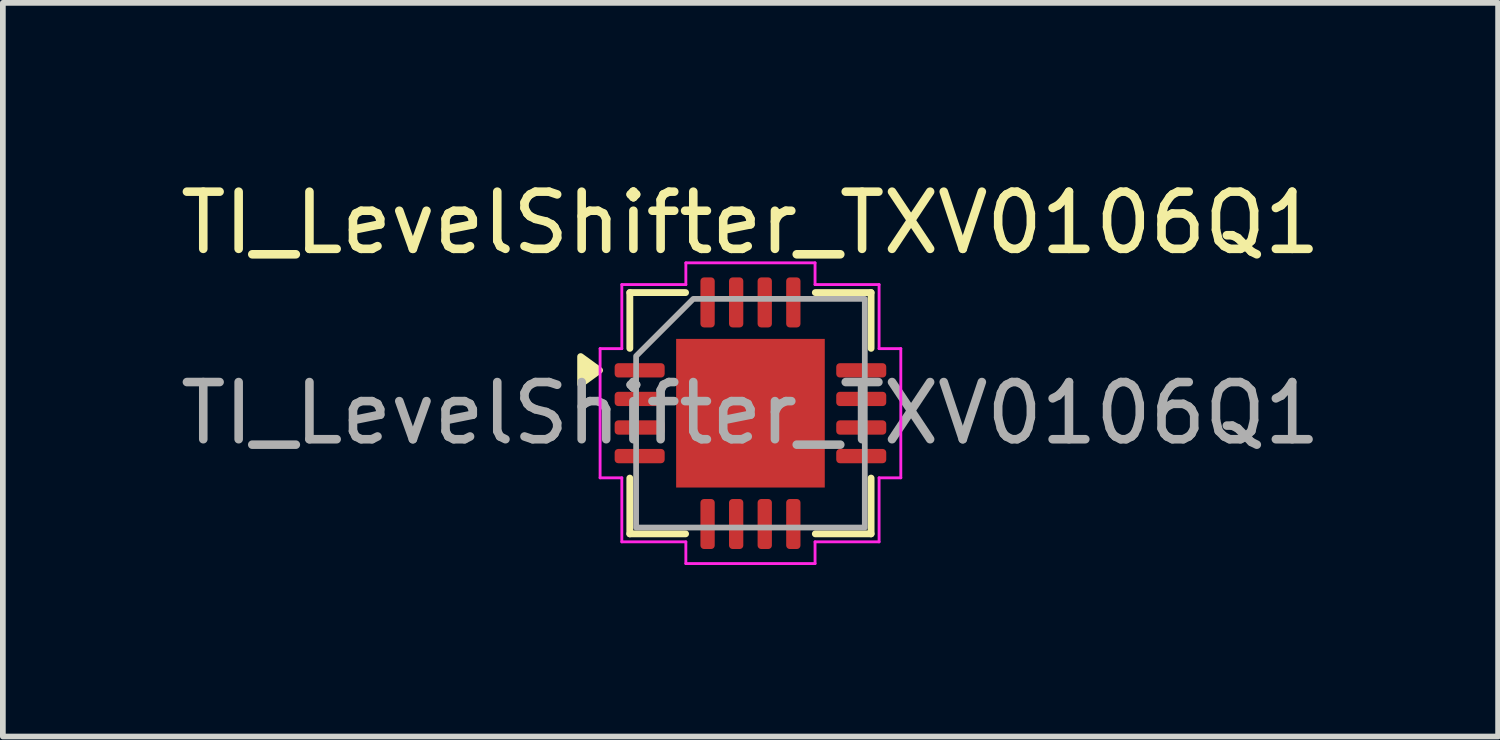
<source format=kicad_pcb>
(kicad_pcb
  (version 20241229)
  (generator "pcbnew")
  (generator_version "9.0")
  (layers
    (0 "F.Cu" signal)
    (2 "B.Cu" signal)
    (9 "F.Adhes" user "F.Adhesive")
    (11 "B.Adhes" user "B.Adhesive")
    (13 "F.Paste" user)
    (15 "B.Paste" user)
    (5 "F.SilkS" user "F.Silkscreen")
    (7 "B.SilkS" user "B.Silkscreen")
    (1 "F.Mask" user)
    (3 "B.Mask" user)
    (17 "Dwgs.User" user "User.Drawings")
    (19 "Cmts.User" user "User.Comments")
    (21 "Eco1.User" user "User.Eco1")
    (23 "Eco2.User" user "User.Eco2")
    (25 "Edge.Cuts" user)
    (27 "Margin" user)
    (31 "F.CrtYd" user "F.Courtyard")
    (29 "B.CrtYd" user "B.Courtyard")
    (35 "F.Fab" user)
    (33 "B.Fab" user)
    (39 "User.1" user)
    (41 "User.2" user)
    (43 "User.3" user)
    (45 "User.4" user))
  (footprint "TI_LevelShifter_TXV0106Q1"
    (layer "F.Cu")
    (at 10.077 4.178)
    (property "Reference" "TI_LevelShifter_TXV0106Q1" (at 0 -3.33 0) (layer "F.SilkS") (effects (font (size 1 1) (thickness 0.15))))
    (attr smd)
    (fp_line (start -2.11 -2.11) (end -1.135 -2.11) (stroke (width 0.12) (type solid)) (layer "F.SilkS"))
    (fp_line (start -2.11 -1.135) (end -2.11 -2.11) (stroke (width 0.12) (type solid)) (layer "F.SilkS"))
    (fp_line (start -2.11 2.11) (end -2.11 1.135) (stroke (width 0.12) (type solid)) (layer "F.SilkS"))
    (fp_line (start -1.135 2.11) (end -2.11 2.11) (stroke (width 0.12) (type solid)) (layer "F.SilkS"))
    (fp_line (start 1.135 -2.11) (end 2.11 -2.11) (stroke (width 0.12) (type solid)) (layer "F.SilkS"))
    (fp_line (start 2.11 -2.11) (end 2.11 -1.135) (stroke (width 0.12) (type solid)) (layer "F.SilkS"))
    (fp_line (start 2.11 1.135) (end 2.11 2.11) (stroke (width 0.12) (type solid)) (layer "F.SilkS"))
    (fp_line (start 2.11 2.11) (end 1.135 2.11) (stroke (width 0.12) (type solid)) (layer "F.SilkS"))
    (fp_poly (pts (xy -2.64 -0.75) (xy -2.97 -0.51) (xy -2.97 -0.99)) (stroke (width 0.12) (type solid)) (fill yes) (layer "F.SilkS"))
    (fp_line (start -2.63 -1.13) (end -2.25 -1.13) (stroke (width 0.05) (type solid)) (layer "F.CrtYd"))
    (fp_line (start -2.63 1.13) (end -2.63 -1.13) (stroke (width 0.05) (type solid)) (layer "F.CrtYd"))
    (fp_line (start -2.25 -2.25) (end -1.13 -2.25) (stroke (width 0.05) (type solid)) (layer "F.CrtYd"))
    (fp_line (start -2.25 -1.13) (end -2.25 -2.25) (stroke (width 0.05) (type solid)) (layer "F.CrtYd"))
    (fp_line (start -2.25 1.13) (end -2.63 1.13) (stroke (width 0.05) (type solid)) (layer "F.CrtYd"))
    (fp_line (start -2.25 2.25) (end -2.25 1.13) (stroke (width 0.05) (type solid)) (layer "F.CrtYd"))
    (fp_line (start -1.13 -2.63) (end 1.13 -2.63) (stroke (width 0.05) (type solid)) (layer "F.CrtYd"))
    (fp_line (start -1.13 -2.25) (end -1.13 -2.63) (stroke (width 0.05) (type solid)) (layer "F.CrtYd"))
    (fp_line (start -1.13 2.25) (end -2.25 2.25) (stroke (width 0.05) (type solid)) (layer "F.CrtYd"))
    (fp_line (start -1.13 2.63) (end -1.13 2.25) (stroke (width 0.05) (type solid)) (layer "F.CrtYd"))
    (fp_line (start 1.13 -2.63) (end 1.13 -2.25) (stroke (width 0.05) (type solid)) (layer "F.CrtYd"))
    (fp_line (start 1.13 -2.25) (end 2.25 -2.25) (stroke (width 0.05) (type solid)) (layer "F.CrtYd"))
    (fp_line (start 1.13 2.25) (end 1.13 2.63) (stroke (width 0.05) (type solid)) (layer "F.CrtYd"))
    (fp_line (start 1.13 2.63) (end -1.13 2.63) (stroke (width 0.05) (type solid)) (layer "F.CrtYd"))
    (fp_line (start 2.25 -2.25) (end 2.25 -1.13) (stroke (width 0.05) (type solid)) (layer "F.CrtYd"))
    (fp_line (start 2.25 -1.13) (end 2.63 -1.13) (stroke (width 0.05) (type solid)) (layer "F.CrtYd"))
    (fp_line (start 2.25 1.13) (end 2.25 2.25) (stroke (width 0.05) (type solid)) (layer "F.CrtYd"))
    (fp_line (start 2.25 2.25) (end 1.13 2.25) (stroke (width 0.05) (type solid)) (layer "F.CrtYd"))
    (fp_line (start 2.63 -1.13) (end 2.63 1.13) (stroke (width 0.05) (type solid)) (layer "F.CrtYd"))
    (fp_line (start 2.63 1.13) (end 2.25 1.13) (stroke (width 0.05) (type solid)) (layer "F.CrtYd"))
    (fp_poly (pts (xy -2 -1) (xy -2 2) (xy 2 2) (xy 2 -2) (xy -1 -2)) (stroke (width 0.1) (type solid)) (fill no) (layer "F.Fab"))
    (fp_text user "${REFERENCE}" (at 0 0 0) (layer "F.Fab") (effects (font (size 1 1) (thickness 0.15))))
    (pad "" smd roundrect (at -0.65 -0.65) (size 1.05 1.05) (layers "F.Paste") (roundrect_rratio 0.238))
    (pad "" smd roundrect (at -0.65 0.65) (size 1.05 1.05) (layers "F.Paste") (roundrect_rratio 0.238))
    (pad "" smd roundrect (at 0.65 -0.65) (size 1.05 1.05) (layers "F.Paste") (roundrect_rratio 0.238))
    (pad "" smd roundrect (at 0.65 0.65) (size 1.05 1.05) (layers "F.Paste") (roundrect_rratio 0.238))
    (pad "1" smd roundrect (at -1.938 -0.75) (size 0.875 0.25) (layers "F.Cu" "F.Mask" "F.Paste") (roundrect_rratio 0.25))
    (pad "2" smd roundrect (at -1.938 -0.25) (size 0.875 0.25) (layers "F.Cu" "F.Mask" "F.Paste") (roundrect_rratio 0.25))
    (pad "3" smd roundrect (at -1.938 0.25) (size 0.875 0.25) (layers "F.Cu" "F.Mask" "F.Paste") (roundrect_rratio 0.25))
    (pad "4" smd roundrect (at -1.938 0.75) (size 0.875 0.25) (layers "F.Cu" "F.Mask" "F.Paste") (roundrect_rratio 0.25))
    (pad "5" smd roundrect (at -0.75 1.938) (size 0.25 0.875) (layers "F.Cu" "F.Mask" "F.Paste") (roundrect_rratio 0.25))
    (pad "6" smd roundrect (at -0.25 1.938) (size 0.25 0.875) (layers "F.Cu" "F.Mask" "F.Paste") (roundrect_rratio 0.25))
    (pad "7" smd roundrect (at 0.25 1.938) (size 0.25 0.875) (layers "F.Cu" "F.Mask" "F.Paste") (roundrect_rratio 0.25))
    (pad "8" smd roundrect (at 0.75 1.938) (size 0.25 0.875) (layers "F.Cu" "F.Mask" "F.Paste") (roundrect_rratio 0.25))
    (pad "9" smd roundrect (at 1.938 0.75) (size 0.875 0.25) (layers "F.Cu" "F.Mask" "F.Paste") (roundrect_rratio 0.25))
    (pad "10" smd roundrect (at 1.938 0.25) (size 0.875 0.25) (layers "F.Cu" "F.Mask" "F.Paste") (roundrect_rratio 0.25))
    (pad "11" smd roundrect (at 1.938 -0.25) (size 0.875 0.25) (layers "F.Cu" "F.Mask" "F.Paste") (roundrect_rratio 0.25))
    (pad "12" smd roundrect (at 1.938 -0.75) (size 0.875 0.25) (layers "F.Cu" "F.Mask" "F.Paste") (roundrect_rratio 0.25))
    (pad "13" smd roundrect (at 0.75 -1.938) (size 0.25 0.875) (layers "F.Cu" "F.Mask" "F.Paste") (roundrect_rratio 0.25))
    (pad "14" smd roundrect (at 0.25 -1.938) (size 0.25 0.875) (layers "F.Cu" "F.Mask" "F.Paste") (roundrect_rratio 0.25))
    (pad "15" smd roundrect (at -0.25 -1.938) (size 0.25 0.875) (layers "F.Cu" "F.Mask" "F.Paste") (roundrect_rratio 0.25))
    (pad "16" smd roundrect (at -0.75 -1.938) (size 0.25 0.875) (layers "F.Cu" "F.Mask" "F.Paste") (roundrect_rratio 0.25))
    (pad "17" smd rect (at 0 0) (size 2.6 2.6) (property pad_prop_heatsink) (layers "F.Cu" "F.Mask")))
  (gr_rect
    (start -3 -3)
    (end 23.155 9.833)
    (stroke (width 0.1) (type default))
    (fill no)
    (layer "Edge.Cuts")))
</source>
